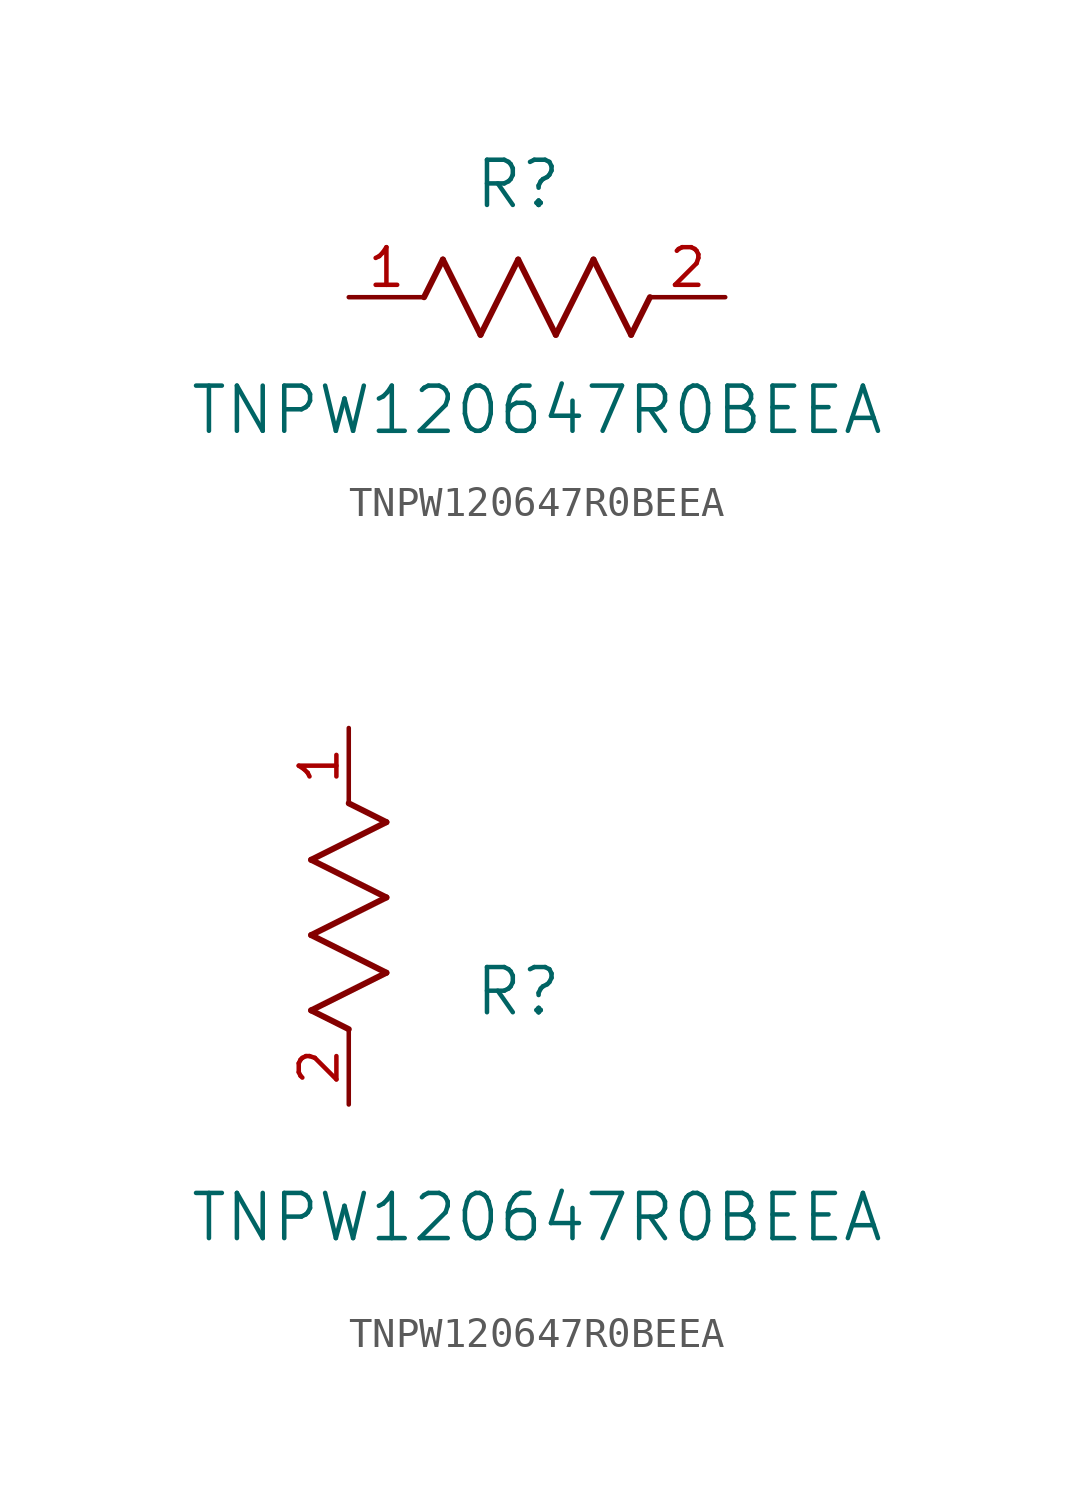
<source format=kicad_sym>
(kicad_symbol_lib
  (version 20211014)
  (generator kicad_symbol_editor)
  (symbol "TNPW120647R0BEEA"
    (pin_names
      (offset 0.254))
    (property "Reference" "R"
      (at 5.715 3.81 0)
      (effects (font (size 1.524 1.524))))
    (property "Value" "TNPW120647R0BEEA"
      (at 6.35 -3.81 0)
      (effects (font (size 1.524 1.524))))
    (symbol "TNPW120647R0BEEA_1_1"
      (polyline (pts (xy 3.175 1.27) (xy 4.445 -1.27)) (stroke (width 0.203) (type default) (color 0 0 0 0)) (fill (type none)))
      (polyline (pts (xy 4.445 -1.27) (xy 5.715 1.27)) (stroke (width 0.203) (type default) (color 0 0 0 0)) (fill (type none)))
      (polyline (pts (xy 5.715 1.27) (xy 6.985 -1.27)) (stroke (width 0.203) (type default) (color 0 0 0 0)) (fill (type none)))
      (polyline (pts (xy 6.985 -1.27) (xy 8.255 1.27)) (stroke (width 0.203) (type default) (color 0 0 0 0)) (fill (type none)))
      (polyline (pts (xy 8.255 1.27) (xy 9.525 -1.27)) (stroke (width 0.203) (type default) (color 0 0 0 0)) (fill (type none)))
      (polyline (pts (xy 2.54 0) (xy 3.175 1.27)) (stroke (width 0.203) (type default) (color 0 0 0 0)) (fill (type none)))
      (polyline (pts (xy 9.525 -1.27) (xy 10.16 0)) (stroke (width 0.203) (type default) (color 0 0 0 0)) (fill (type none)))
      (pin unspecified line (at 0 0 0) (length 2.54) (name "" (effects (font (size 1.27 1.27)))) (number "1" (effects (font (size 1.27 1.27)))))
      (pin unspecified line (at 12.7 0 180) (length 2.54) (name "" (effects (font (size 1.27 1.27)))) (number "2" (effects (font (size 1.27 1.27))))))
    (symbol "TNPW120647R0BEEA_1_2"
      (polyline (pts (xy 0 2.54) (xy -1.27 3.175)) (stroke (width 0.203) (type default) (color 0 0 0 0)) (fill (type none)))
      (polyline (pts (xy -1.27 3.175) (xy 1.27 4.445)) (stroke (width 0.203) (type default) (color 0 0 0 0)) (fill (type none)))
      (polyline (pts (xy 1.27 4.445) (xy -1.27 5.715)) (stroke (width 0.203) (type default) (color 0 0 0 0)) (fill (type none)))
      (polyline (pts (xy -1.27 5.715) (xy 1.27 6.985)) (stroke (width 0.203) (type default) (color 0 0 0 0)) (fill (type none)))
      (polyline (pts (xy -1.27 8.255) (xy 1.27 9.525)) (stroke (width 0.203) (type default) (color 0 0 0 0)) (fill (type none)))
      (polyline (pts (xy 1.27 9.525) (xy 0 10.16)) (stroke (width 0.203) (type default) (color 0 0 0 0)) (fill (type none)))
      (polyline (pts (xy 1.27 6.985) (xy -1.27 8.255)) (stroke (width 0.203) (type default) (color 0 0 0 0)) (fill (type none)))
      (pin unspecified line (at 0 12.7 270) (length 2.54) (name "" (effects (font (size 1.27 1.27)))) (number "1" (effects (font (size 1.27 1.27)))))
      (pin unspecified line (at 0 0 90) (length 2.54) (name "" (effects (font (size 1.27 1.27)))) (number "2" (effects (font (size 1.27 1.27))))))))
</source>
